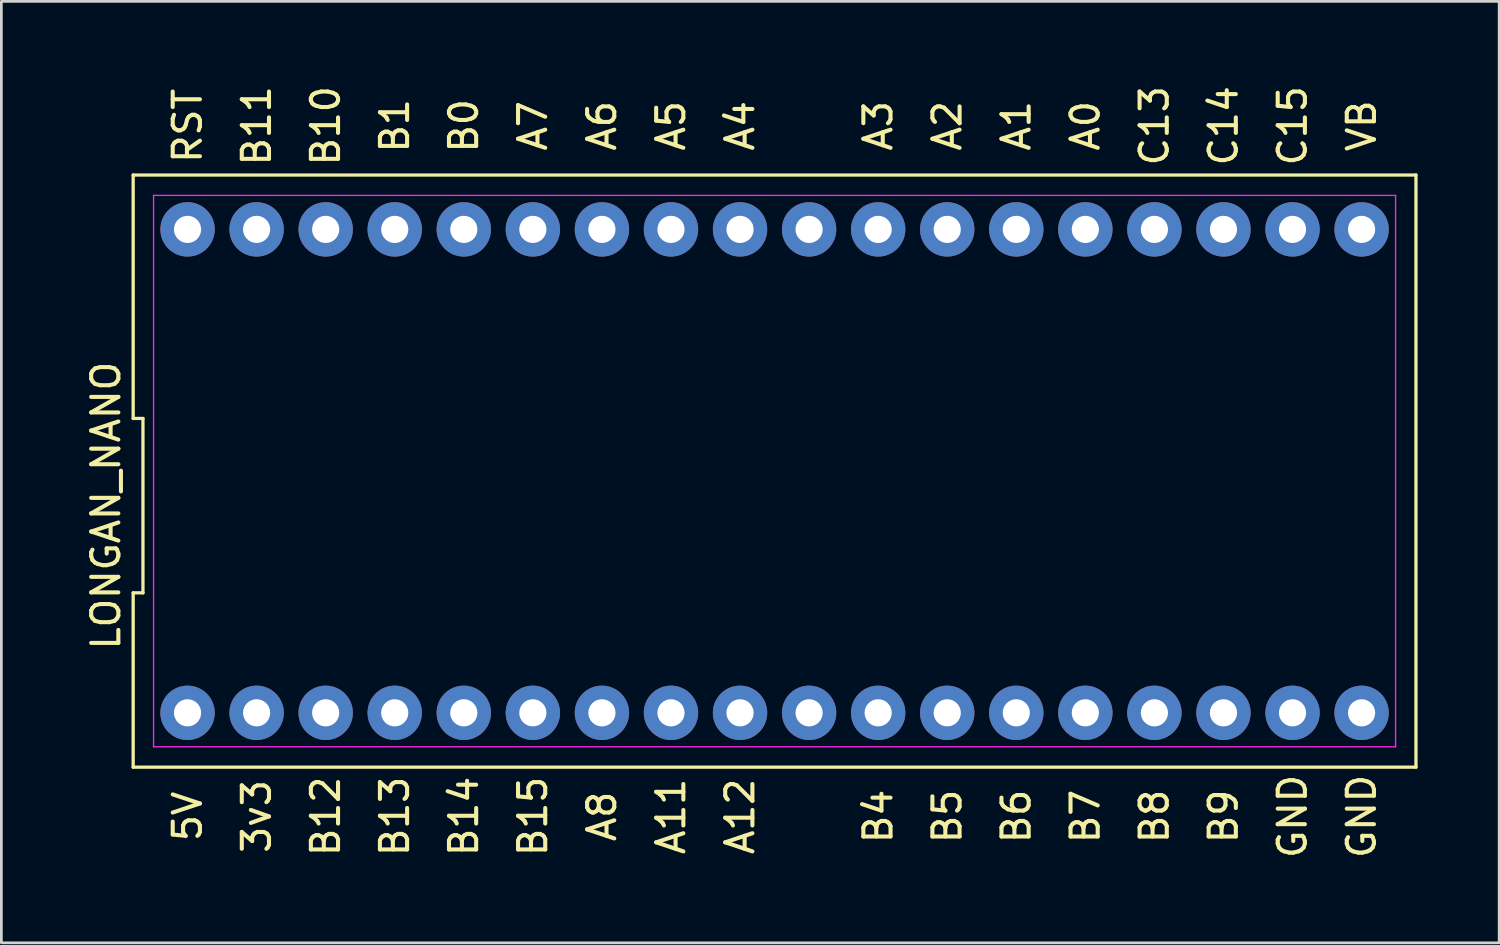
<source format=kicad_pcb>
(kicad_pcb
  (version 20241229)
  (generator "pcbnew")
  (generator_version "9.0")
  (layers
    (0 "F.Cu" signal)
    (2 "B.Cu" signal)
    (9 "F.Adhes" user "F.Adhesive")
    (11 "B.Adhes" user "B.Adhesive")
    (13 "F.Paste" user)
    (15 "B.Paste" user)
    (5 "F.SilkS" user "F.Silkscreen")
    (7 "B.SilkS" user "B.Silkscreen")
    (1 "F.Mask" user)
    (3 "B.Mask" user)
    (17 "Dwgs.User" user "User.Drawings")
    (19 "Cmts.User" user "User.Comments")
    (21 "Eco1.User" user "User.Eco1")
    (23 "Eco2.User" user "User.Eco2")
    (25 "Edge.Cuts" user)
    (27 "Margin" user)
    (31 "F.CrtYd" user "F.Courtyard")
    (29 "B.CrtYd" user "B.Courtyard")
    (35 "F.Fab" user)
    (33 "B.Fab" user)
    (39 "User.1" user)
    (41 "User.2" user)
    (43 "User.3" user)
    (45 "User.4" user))
  (footprint "LONGAN_NANO"
    (layer "F.Cu")
    (at 25.438 15.547)
    (property "Reference" "LONGAN_NANO" (at -24.59 0 90) (layer "F.SilkS") (effects (font (size 1 1) (thickness 0.15))))
    (attr through_hole)
    (fp_line (start -23.59 -12.16) (end -23.59 -3.207) (stroke (width 0.12) (type solid)) (layer "F.SilkS"))
    (fp_line (start -23.59 -3.207) (end -23.23 -3.207) (stroke (width 0.12) (type solid)) (layer "F.SilkS"))
    (fp_line (start -23.59 3.207) (end -23.59 9.62) (stroke (width 0.12) (type solid)) (layer "F.SilkS"))
    (fp_line (start -23.59 9.62) (end 23.59 9.62) (stroke (width 0.12) (type solid)) (layer "F.SilkS"))
    (fp_line (start -23.23 -3.207) (end -23.23 3.207) (stroke (width 0.12) (type solid)) (layer "F.SilkS"))
    (fp_line (start -23.23 3.207) (end -23.59 3.207) (stroke (width 0.12) (type solid)) (layer "F.SilkS"))
    (fp_line (start 23.59 -12.16) (end -23.59 -12.16) (stroke (width 0.12) (type solid)) (layer "F.SilkS"))
    (fp_line (start 23.59 9.62) (end 23.59 -12.16) (stroke (width 0.12) (type solid)) (layer "F.SilkS"))
    (fp_line (start -22.84 -11.41) (end 22.84 -11.41) (stroke (width 0.05) (type solid)) (layer "F.CrtYd"))
    (fp_line (start -22.84 8.87) (end -22.84 -11.41) (stroke (width 0.05) (type solid)) (layer "F.CrtYd"))
    (fp_line (start 22.84 -11.41) (end 22.84 8.87) (stroke (width 0.05) (type solid)) (layer "F.CrtYd"))
    (fp_line (start 22.84 8.87) (end -22.84 8.87) (stroke (width 0.05) (type solid)) (layer "F.CrtYd"))
    (fp_text user "VB" (at 21.59 -13.97 90) (layer "F.SilkS") (effects (font (size 1 1) (thickness 0.15))))
    (fp_text user "5V" (at -21.59 11.43 90) (layer "F.SilkS") (effects (font (size 1 1) (thickness 0.15))))
    (fp_text user "B10" (at -16.51 -13.97 90) (layer "F.SilkS") (effects (font (size 1 1) (thickness 0.15))))
    (fp_text user "GND" (at 19.05 11.43 90) (layer "F.SilkS") (effects (font (size 1 1) (thickness 0.15))))
    (fp_text user "B1" (at -13.97 -13.97 270) (layer "F.SilkS") (effects (font (size 1 1) (thickness 0.15))))
    (fp_text user "B4" (at 3.81 11.43 90) (layer "F.SilkS") (effects (font (size 1 1) (thickness 0.15))))
    (fp_text user "A3" (at 3.81 -13.97 90) (layer "F.SilkS") (effects (font (size 1 1) (thickness 0.15))))
    (fp_text user "A2" (at 6.35 -13.97 90) (layer "F.SilkS") (effects (font (size 1 1) (thickness 0.15))))
    (fp_text user "RST" (at -21.59 -13.97 90) (layer "F.SilkS") (effects (font (size 1 1) (thickness 0.15))))
    (fp_text user "C13" (at 13.97 -13.97 90) (layer "F.SilkS") (effects (font (size 1 1) (thickness 0.15))))
    (fp_text user "B5" (at 6.35 11.43 90) (layer "F.SilkS") (effects (font (size 1 1) (thickness 0.15))))
    (fp_text user "A1" (at 8.89 -13.97 90) (layer "F.SilkS") (effects (font (size 1 1) (thickness 0.15))))
    (fp_text user "B7" (at 11.43 11.43 90) (layer "F.SilkS") (effects (font (size 1 1) (thickness 0.15))))
    (fp_text user "B13" (at -13.97 11.43 90) (layer "F.SilkS") (effects (font (size 1 1) (thickness 0.15))))
    (fp_text user "C14" (at 16.51 -13.97 90) (layer "F.SilkS") (effects (font (size 1 1) (thickness 0.15))))
    (fp_text user "A11" (at -3.81 11.43 90) (layer "F.SilkS") (effects (font (size 1 1) (thickness 0.15))))
    (fp_text user "A4" (at -1.27 -13.97 90) (layer "F.SilkS") (effects (font (size 1 1) (thickness 0.15))))
    (fp_text user "B12" (at -16.51 11.43 90) (layer "F.SilkS") (effects (font (size 1 1) (thickness 0.15))))
    (fp_text user "3v3" (at -19.05 11.43 90) (layer "F.SilkS") (effects (font (size 1 1) (thickness 0.15))))
    (fp_text user "B11" (at -19.05 -13.97 90) (layer "F.SilkS") (effects (font (size 1 1) (thickness 0.15))))
    (fp_text user "A0" (at 11.43 -13.97 90) (layer "F.SilkS") (effects (font (size 1 1) (thickness 0.15))))
    (fp_text user "A7" (at -8.89 -13.97 90) (layer "F.SilkS") (effects (font (size 1 1) (thickness 0.15))))
    (fp_text user "A12" (at -1.27 11.43 90) (layer "F.SilkS") (effects (font (size 1 1) (thickness 0.15))))
    (fp_text user "A8" (at -6.35 11.43 90) (layer "F.SilkS") (effects (font (size 1 1) (thickness 0.15))))
    (fp_text user "B15" (at -8.89 11.43 90) (layer "F.SilkS") (effects (font (size 1 1) (thickness 0.15))))
    (fp_text user "C15" (at 19.05 -13.97 90) (layer "F.SilkS") (effects (font (size 1 1) (thickness 0.15))))
    (fp_text user "A6" (at -6.35 -13.97 90) (layer "F.SilkS") (effects (font (size 1 1) (thickness 0.15))))
    (fp_text user "A5" (at -3.81 -13.97 90) (layer "F.SilkS") (effects (font (size 1 1) (thickness 0.15))))
    (fp_text user "B8" (at 13.97 11.43 90) (layer "F.SilkS") (effects (font (size 1 1) (thickness 0.15))))
    (fp_text user "GND" (at 21.59 11.43 90) (layer "F.SilkS") (effects (font (size 1 1) (thickness 0.15))))
    (fp_text user "B9" (at 16.51 11.43 90) (layer "F.SilkS") (effects (font (size 1 1) (thickness 0.15))))
    (fp_text user "B6" (at 8.89 11.43 90) (layer "F.SilkS") (effects (font (size 1 1) (thickness 0.15))))
    (fp_text user "B14" (at -11.43 11.43 90) (layer "F.SilkS") (effects (font (size 1 1) (thickness 0.15))))
    (fp_text user "B0" (at -11.43 -13.97 90) (layer "F.SilkS") (effects (font (size 1 1) (thickness 0.15))))
    (pad "1" thru_hole circle (at -21.59 7.62) (size 2 2) (drill 1) (layers "*.Cu" "*.Mask"))
    (pad "2" thru_hole circle (at -19.05 7.62) (size 2 2) (drill 1) (layers "*.Cu" "*.Mask"))
    (pad "3" thru_hole circle (at -16.51 7.62) (size 2 2) (drill 1) (layers "*.Cu" "*.Mask"))
    (pad "4" thru_hole circle (at -13.97 7.62) (size 2 2) (drill 1) (layers "*.Cu" "*.Mask"))
    (pad "5" thru_hole circle (at -11.43 7.62) (size 2 2) (drill 1) (layers "*.Cu" "*.Mask"))
    (pad "6" thru_hole circle (at -8.89 7.62) (size 2 2) (drill 1) (layers "*.Cu" "*.Mask"))
    (pad "7" thru_hole circle (at -6.35 7.62) (size 2 2) (drill 1) (layers "*.Cu" "*.Mask"))
    (pad "8" thru_hole circle (at -3.81 7.62) (size 2 2) (drill 1) (layers "*.Cu" "*.Mask"))
    (pad "9" thru_hole circle (at -1.27 7.62) (size 2 2) (drill 1) (layers "*.Cu" "*.Mask"))
    (pad "10" thru_hole circle (at 1.27 7.62) (size 2 2) (drill 1) (layers "*.Cu" "*.Mask"))
    (pad "11" thru_hole circle (at 3.81 7.62) (size 2 2) (drill 1) (layers "*.Cu" "*.Mask"))
    (pad "12" thru_hole circle (at 6.35 7.62) (size 2 2) (drill 1) (layers "*.Cu" "*.Mask"))
    (pad "13" thru_hole circle (at 8.89 7.62) (size 2 2) (drill 1) (layers "*.Cu" "*.Mask"))
    (pad "14" thru_hole circle (at 11.43 7.62) (size 2 2) (drill 1) (layers "*.Cu" "*.Mask"))
    (pad "15" thru_hole circle (at 13.97 7.62) (size 2 2) (drill 1) (layers "*.Cu" "*.Mask"))
    (pad "16" thru_hole circle (at 16.51 7.62) (size 2 2) (drill 1) (layers "*.Cu" "*.Mask"))
    (pad "17" thru_hole circle (at 19.05 7.62) (size 2 2) (drill 1) (layers "*.Cu" "*.Mask"))
    (pad "18" thru_hole circle (at 21.59 7.62) (size 2 2) (drill 1) (layers "*.Cu" "*.Mask"))
    (pad "19" thru_hole circle (at 21.59 -10.16) (size 2 2) (drill 1) (layers "*.Cu" "*.Mask"))
    (pad "20" thru_hole circle (at 19.05 -10.16) (size 2 2) (drill 1) (layers "*.Cu" "*.Mask"))
    (pad "21" thru_hole circle (at 16.51 -10.16) (size 2 2) (drill 1) (layers "*.Cu" "*.Mask"))
    (pad "22" thru_hole circle (at 13.97 -10.16) (size 2 2) (drill 1) (layers "*.Cu" "*.Mask"))
    (pad "23" thru_hole circle (at 11.43 -10.16) (size 2 2) (drill 1) (layers "*.Cu" "*.Mask"))
    (pad "24" thru_hole circle (at 8.89 -10.16) (size 2 2) (drill 1) (layers "*.Cu" "*.Mask"))
    (pad "25" thru_hole circle (at 6.35 -10.16) (size 2 2) (drill 1) (layers "*.Cu" "*.Mask"))
    (pad "26" thru_hole circle (at 3.81 -10.16) (size 2 2) (drill 1) (layers "*.Cu" "*.Mask"))
    (pad "27" thru_hole circle (at 1.27 -10.16) (size 2 2) (drill 1) (layers "*.Cu" "*.Mask"))
    (pad "28" thru_hole circle (at -1.27 -10.16) (size 2 2) (drill 1) (layers "*.Cu" "*.Mask"))
    (pad "29" thru_hole circle (at -3.81 -10.16) (size 2 2) (drill 1) (layers "*.Cu" "*.Mask"))
    (pad "30" thru_hole circle (at -6.35 -10.16) (size 2 2) (drill 1) (layers "*.Cu" "*.Mask"))
    (pad "31" thru_hole circle (at -8.89 -10.16) (size 2 2) (drill 1) (layers "*.Cu" "*.Mask"))
    (pad "32" thru_hole circle (at -11.43 -10.16) (size 2 2) (drill 1) (layers "*.Cu" "*.Mask"))
    (pad "33" thru_hole circle (at -13.97 -10.16) (size 2 2) (drill 1) (layers "*.Cu" "*.Mask"))
    (pad "34" thru_hole circle (at -16.51 -10.16) (size 2 2) (drill 1) (layers "*.Cu" "*.Mask"))
    (pad "35" thru_hole circle (at -19.05 -10.16) (size 2 2) (drill 1) (layers "*.Cu" "*.Mask"))
    (pad "36" thru_hole circle (at -21.59 -10.16) (size 2 2) (drill 1) (layers "*.Cu" "*.Mask")))
  (gr_rect
    (start -3 -3)
    (end 52.088 31.626)
    (stroke (width 0.1) (type default))
    (fill no)
    (layer "Edge.Cuts")))
</source>
